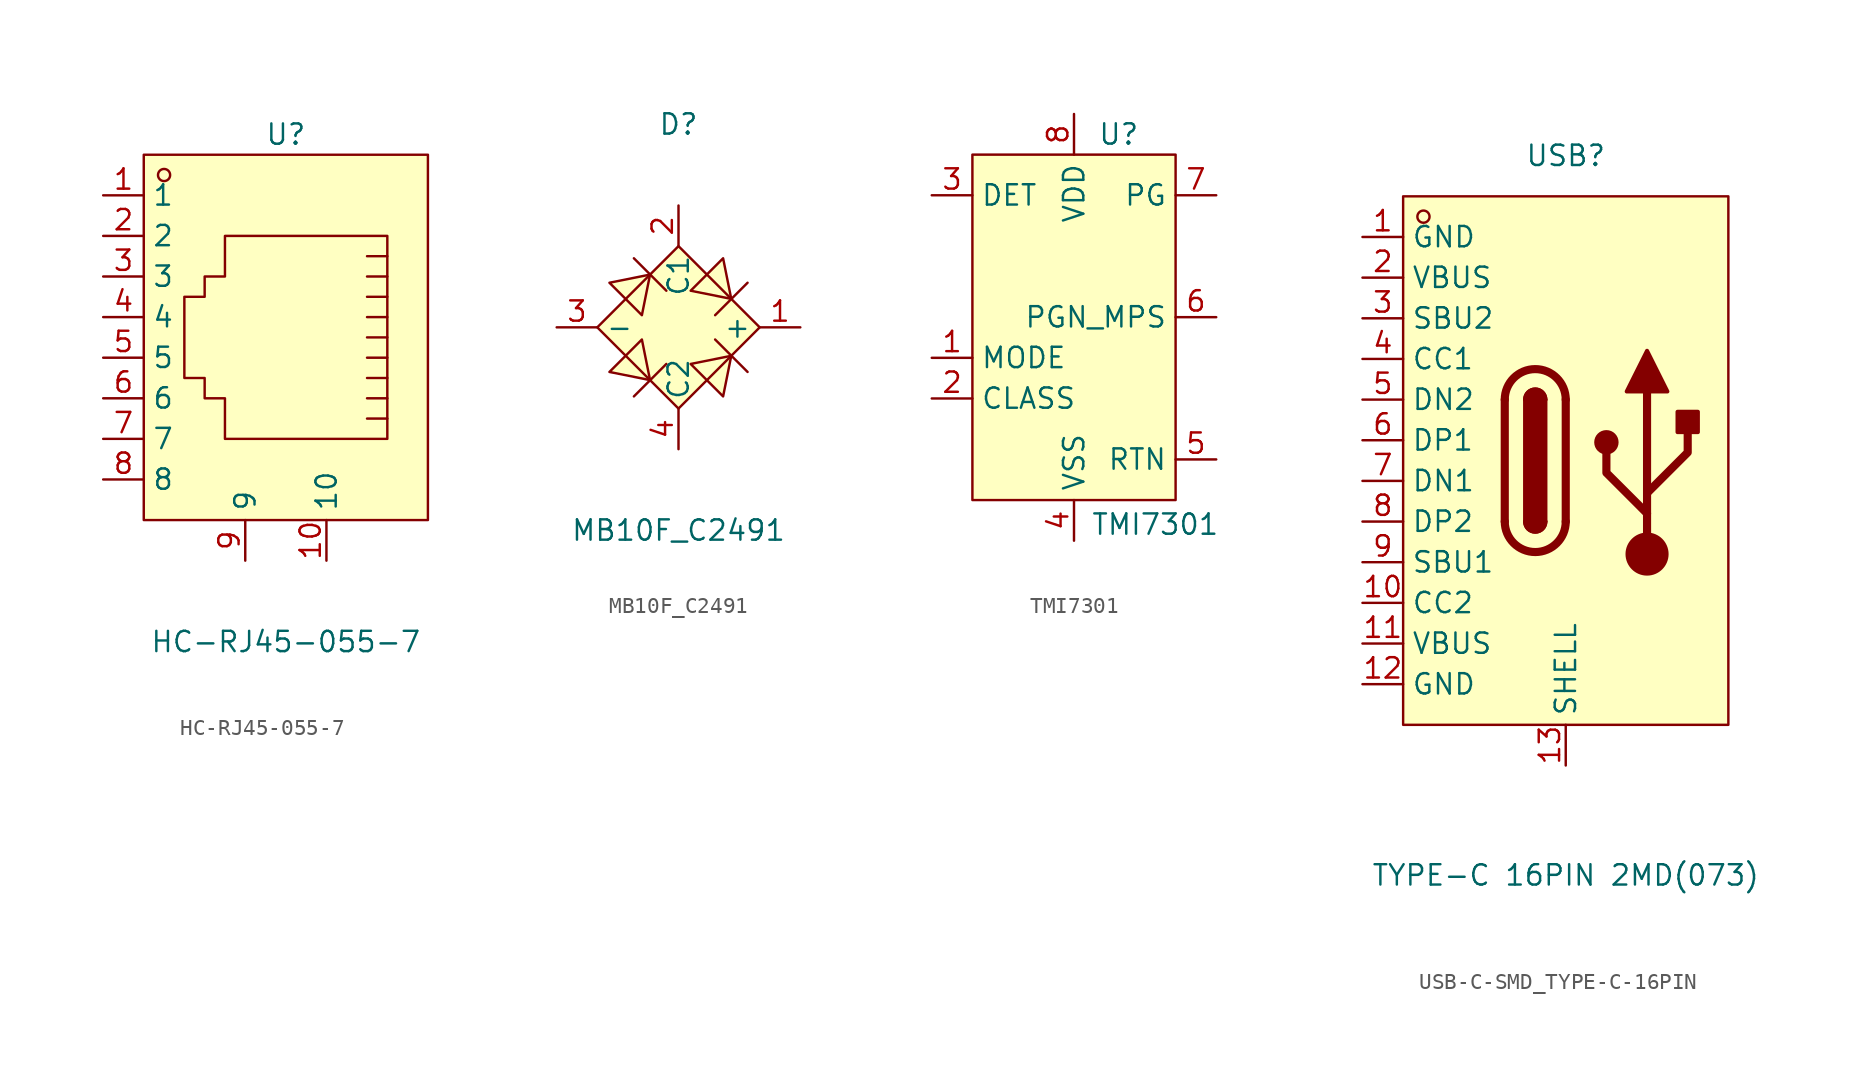
<source format=kicad_sym>
(kicad_symbol_lib
  (version 20231120)
  (generator "kicad_symbol_editor")
  (generator_version "8.0")
  (symbol "HC-RJ45-055-7"
    (property "Reference" "U"
      (at 0 12.7 0)
      (effects (font (size 1.27 1.27))))
    (property "Value" "HC-RJ45-055-7"
      (at 0 -19.05 0)
      (effects (font (size 1.27 1.27))))
    (symbol "HC-RJ45-055-7_0_1"
      (rectangle (start -8.89 11.43) (end 8.89 -11.43) (stroke (width 0) (type default)) (fill (type background)))
      (circle (center -7.62 10.16) (radius 0.38) (stroke (width 0) (type default)) (fill (type none)))
      (polyline (pts (xy 5.08 -5.08) (xy 6.35 -5.08)) (stroke (width 0) (type default)) (fill (type none)))
      (polyline (pts (xy 5.08 -3.81) (xy 6.35 -3.81)) (stroke (width 0) (type default)) (fill (type none)))
      (polyline (pts (xy 5.08 -2.54) (xy 6.35 -2.54)) (stroke (width 0) (type default)) (fill (type none)))
      (polyline (pts (xy 5.08 -1.27) (xy 6.35 -1.27) (xy 6.35 -1.27)) (stroke (width 0) (type default)) (fill (type none)))
      (polyline (pts (xy 6.35 0) (xy 5.08 0) (xy 5.08 0)) (stroke (width 0) (type default)) (fill (type none)))
      (polyline (pts (xy 6.35 1.27) (xy 5.08 1.27) (xy 5.08 1.27)) (stroke (width 0) (type default)) (fill (type none)))
      (polyline (pts (xy 6.35 2.54) (xy 5.08 2.54) (xy 5.08 2.54)) (stroke (width 0) (type default)) (fill (type none)))
      (polyline (pts (xy 6.35 3.81) (xy 5.08 3.81) (xy 5.08 3.81)) (stroke (width 0) (type default)) (fill (type none)))
      (polyline (pts (xy 6.35 5.08) (xy 5.08 5.08) (xy 5.08 5.08)) (stroke (width 0) (type default)) (fill (type none)))
      (polyline (pts (xy 6.35 6.35) (xy 6.35 -6.35) (xy -3.81 -6.35) (xy -3.81 -3.81) (xy -5.08 -3.81) (xy -5.08 -2.54) (xy -6.35 -2.54) (xy -6.35 2.54) (xy -5.08 2.54) (xy -5.08 3.81) (xy -3.81 3.81) (xy -3.81 6.35) (xy 6.35 6.35) (xy 6.35 6.35)) (stroke (width 0) (type default)) (fill (type none)))
      (pin unspecified line (at -11.43 8.89 0) (length 2.54) (name "1" (effects (font (size 1.27 1.27)))) (number "1" (effects (font (size 1.27 1.27)))))
      (pin unspecified line (at 2.54 -13.97 90) (length 2.54) (name "10" (effects (font (size 1.27 1.27)))) (number "10" (effects (font (size 1.27 1.27)))))
      (pin unspecified line (at -11.43 6.35 0) (length 2.54) (name "2" (effects (font (size 1.27 1.27)))) (number "2" (effects (font (size 1.27 1.27)))))
      (pin unspecified line (at -11.43 3.81 0) (length 2.54) (name "3" (effects (font (size 1.27 1.27)))) (number "3" (effects (font (size 1.27 1.27)))))
      (pin unspecified line (at -11.43 1.27 0) (length 2.54) (name "4" (effects (font (size 1.27 1.27)))) (number "4" (effects (font (size 1.27 1.27)))))
      (pin unspecified line (at -11.43 -1.27 0) (length 2.54) (name "5" (effects (font (size 1.27 1.27)))) (number "5" (effects (font (size 1.27 1.27)))))
      (pin unspecified line (at -11.43 -3.81 0) (length 2.54) (name "6" (effects (font (size 1.27 1.27)))) (number "6" (effects (font (size 1.27 1.27)))))
      (pin unspecified line (at -11.43 -6.35 0) (length 2.54) (name "7" (effects (font (size 1.27 1.27)))) (number "7" (effects (font (size 1.27 1.27)))))
      (pin unspecified line (at -11.43 -8.89 0) (length 2.54) (name "8" (effects (font (size 1.27 1.27)))) (number "8" (effects (font (size 1.27 1.27)))))
      (pin unspecified line (at -2.54 -13.97 90) (length 2.54) (name "9" (effects (font (size 1.27 1.27)))) (number "9" (effects (font (size 1.27 1.27)))))))
  (symbol "MB10F_C2491"
    (property "Reference" "D"
      (at 0 12.7 0)
      (effects (font (size 1.27 1.27))))
    (property "Value" "MB10F_C2491"
      (at 0 -12.7 0)
      (effects (font (size 1.27 1.27))))
    (symbol "MB10F_C2491_0_1"
      (polyline (pts (xy -2.79 4.32) (xy -0.76 2.29)) (stroke (width 0) (type default)) (fill (type none)))
      (polyline (pts (xy -0.76 -2.29) (xy -2.79 -4.32)) (stroke (width 0) (type default)) (fill (type none)))
      (polyline (pts (xy 2.29 -0.76) (xy 4.32 -2.79)) (stroke (width 0) (type default)) (fill (type none)))
      (polyline (pts (xy 4.32 2.79) (xy 2.29 0.76)) (stroke (width 0) (type default)) (fill (type none)))
      (polyline (pts (xy -4.32 2.79) (xy -1.78 3.3) (xy -2.29 0.76) (xy -4.32 2.79)) (stroke (width 0) (type default)) (fill (type background)))
      (polyline (pts (xy -2.29 -0.76) (xy -1.78 -3.3) (xy -4.32 -2.79) (xy -2.29 -0.76)) (stroke (width 0) (type default)) (fill (type background)))
      (polyline (pts (xy 0.76 -2.29) (xy 3.3 -1.78) (xy 2.79 -4.32) (xy 0.76 -2.29)) (stroke (width 0) (type default)) (fill (type background)))
      (polyline (pts (xy 2.79 4.32) (xy 3.3 1.78) (xy 0.76 2.29) (xy 2.79 4.32)) (stroke (width 0) (type default)) (fill (type background)))
      (polyline (pts (xy 0 5.08) (xy -5.08 0) (xy 0 -5.08) (xy 5.08 0) (xy 0 5.08)) (stroke (width 0) (type default)) (fill (type background)))
      (pin unspecified line (at 0 7.62 270) (length 2.54) (name "C1" (effects (font (size 1.27 1.27)))) (number "2" (effects (font (size 1.27 1.27)))))
      (pin unspecified line (at 0 -7.62 90) (length 2.54) (name "C2" (effects (font (size 1.27 1.27)))) (number "4" (effects (font (size 1.27 1.27))))))
    (symbol "MB10F_C2491_1_1"
      (pin unspecified line (at 7.62 0 180) (length 2.54) (name "+" (effects (font (size 1.27 1.27)))) (number "1" (effects (font (size 1.27 1.27)))))
      (pin unspecified line (at -7.62 0 0) (length 2.54) (name "-" (effects (font (size 1.27 1.27)))) (number "3" (effects (font (size 1.27 1.27)))))))
  (symbol "TMI7301"
    (property "Reference" "U"
      (at 2.794 11.43 0)
      (effects (font (size 1.27 1.27))))
    (property "Value" "TMI7301"
      (at 5.08 -12.954 0)
      (effects (font (size 1.27 1.27))))
    (symbol "TMI7301_0_1"
      (rectangle (start -6.35 10.16) (end 6.35 -11.43) (stroke (width 0) (type default)) (fill (type background))))
    (symbol "TMI7301_1_1"
      (pin input line (at -8.89 -2.54 0) (length 2.54) (name "MODE" (effects (font (size 1.27 1.27)))) (number "1" (effects (font (size 1.27 1.27)))))
      (pin input line (at -8.89 -5.08 0) (length 2.54) (name "CLASS" (effects (font (size 1.27 1.27)))) (number "2" (effects (font (size 1.27 1.27)))))
      (pin input line (at -8.89 7.62 0) (length 2.54) (name "DET" (effects (font (size 1.27 1.27)))) (number "3" (effects (font (size 1.27 1.27)))))
      (pin power_in line (at 0 -13.97 90) (length 2.54) (name "VSS" (effects (font (size 1.27 1.27)))) (number "4" (effects (font (size 1.27 1.27)))))
      (pin power_out line (at 8.89 -8.89 180) (length 2.54) (name "RTN" (effects (font (size 1.27 1.27)))) (number "5" (effects (font (size 1.27 1.27)))))
      (pin output line (at 8.89 0 180) (length 2.54) (name "PGN_MPS" (effects (font (size 1.27 1.27)))) (number "6" (effects (font (size 1.27 1.27)))))
      (pin open_collector line (at 8.89 7.62 180) (length 2.54) (name "PG" (effects (font (size 1.27 1.27)))) (number "7" (effects (font (size 1.27 1.27)))))
      (pin power_in line (at 0 12.7 270) (length 2.54) (name "VDD" (effects (font (size 1.27 1.27)))) (number "8" (effects (font (size 1.27 1.27)))))))
  (symbol "USB-C-SMD_TYPE-C-16PIN"
    (property "Reference" "USB"
      (at 0 19.05 0)
      (effects (font (size 1.27 1.27))))
    (property "Value" "TYPE-C 16PIN 2MD(073)"
      (at 0 -25.908 0)
      (effects (font (size 1.27 1.27))))
    (symbol "USB-C-SMD_TYPE-C-16PIN_0_1"
      (rectangle (start -10.16 16.51) (end 10.16 -16.51) (stroke (width 0) (type default)) (fill (type background)))
      (circle (center -8.89 15.24) (radius 0.38) (stroke (width 0) (type default)) (fill (type none)))
      (arc (start -3.81 -3.81) (mid -1.905 -5.7067) (end 0 -3.81) (stroke (width 0.508) (type default)) (fill (type none)))
      (arc (start -2.54 -3.81) (mid -1.905 -4.4423) (end -1.27 -3.81) (stroke (width 0.254) (type default)) (fill (type none)))
      (arc (start -2.54 -3.81) (mid -1.905 -4.4423) (end -1.27 -3.81) (stroke (width 0.254) (type default)) (fill (type outline)))
      (rectangle (start -2.54 -3.81) (end -1.27 3.81) (stroke (width 0.254) (type default)) (fill (type outline)))
      (arc (start -1.27 3.81) (mid -1.905 4.4423) (end -2.54 3.81) (stroke (width 0.254) (type default)) (fill (type none)))
      (arc (start -1.27 3.81) (mid -1.905 4.4423) (end -2.54 3.81) (stroke (width 0.254) (type default)) (fill (type outline)))
      (polyline (pts (xy -3.81 -3.81) (xy -3.81 3.81)) (stroke (width 0.508) (type default)) (fill (type none)))
      (polyline (pts (xy 0 3.81) (xy 0 -3.81)) (stroke (width 0.508) (type default)) (fill (type none)))
      (polyline (pts (xy 5.08 -5.842) (xy 5.08 4.318)) (stroke (width 0.508) (type default)) (fill (type none)))
      (polyline (pts (xy 5.08 -3.302) (xy 2.54 -0.762) (xy 2.54 0.508)) (stroke (width 0.508) (type default)) (fill (type none)))
      (polyline (pts (xy 5.08 -2.032) (xy 7.62 0.508) (xy 7.62 1.778)) (stroke (width 0.508) (type default)) (fill (type none)))
      (polyline (pts (xy 3.81 4.318) (xy 5.08 6.858) (xy 6.35 4.318) (xy 3.81 4.318)) (stroke (width 0.254) (type default)) (fill (type outline)))
      (arc (start 0 3.81) (mid -1.905 5.7067) (end -3.81 3.81) (stroke (width 0.508) (type default)) (fill (type none)))
      (circle (center 2.54 1.143) (radius 0.635) (stroke (width 0.254) (type default)) (fill (type outline)))
      (circle (center 5.08 -5.842) (radius 1.27) (stroke (width 0) (type default)) (fill (type outline)))
      (rectangle (start 6.985 1.778) (end 8.255 3.048) (stroke (width 0.254) (type default)) (fill (type outline)))
      (pin unspecified line (at -12.7 -8.89 0) (length 2.54) (name "CC2" (effects (font (size 1.27 1.27)))) (number "10" (effects (font (size 1.27 1.27)))))
      (pin unspecified line (at 0 -19.05 90) (length 2.54) (name "SHELL" (effects (font (size 1.27 1.27)))) (number "13" (effects (font (size 1.27 1.27)))))
      (pin unspecified line (at -12.7 8.89 0) (length 2.54) (name "SBU2" (effects (font (size 1.27 1.27)))) (number "3" (effects (font (size 1.27 1.27)))))
      (pin unspecified line (at -12.7 6.35 0) (length 2.54) (name "CC1" (effects (font (size 1.27 1.27)))) (number "4" (effects (font (size 1.27 1.27)))))
      (pin unspecified line (at -12.7 -6.35 0) (length 2.54) (name "SBU1" (effects (font (size 1.27 1.27)))) (number "9" (effects (font (size 1.27 1.27))))))
    (symbol "USB-C-SMD_TYPE-C-16PIN_1_1"
      (pin power_out line (at -12.7 13.97 0) (length 2.54) (name "GND" (effects (font (size 1.27 1.27)))) (number "1" (effects (font (size 1.27 1.27)))))
      (pin power_out line (at -12.7 -11.43 0) (length 2.54) (name "VBUS" (effects (font (size 1.27 1.27)))) (number "11" (effects (font (size 1.27 1.27)))))
      (pin power_out line (at -12.7 -13.97 0) (length 2.54) (name "GND" (effects (font (size 1.27 1.27)))) (number "12" (effects (font (size 1.27 1.27)))))
      (pin power_out line (at -12.7 11.43 0) (length 2.54) (name "VBUS" (effects (font (size 1.27 1.27)))) (number "2" (effects (font (size 1.27 1.27)))))
      (pin bidirectional line (at -12.7 3.81 0) (length 2.54) (name "DN2" (effects (font (size 1.27 1.27)))) (number "5" (effects (font (size 1.27 1.27)))))
      (pin bidirectional line (at -12.7 1.27 0) (length 2.54) (name "DP1" (effects (font (size 1.27 1.27)))) (number "6" (effects (font (size 1.27 1.27)))))
      (pin bidirectional line (at -12.7 -1.27 0) (length 2.54) (name "DN1" (effects (font (size 1.27 1.27)))) (number "7" (effects (font (size 1.27 1.27)))))
      (pin bidirectional line (at -12.7 -3.81 0) (length 2.54) (name "DP2" (effects (font (size 1.27 1.27)))) (number "8" (effects (font (size 1.27 1.27))))))))
</source>
